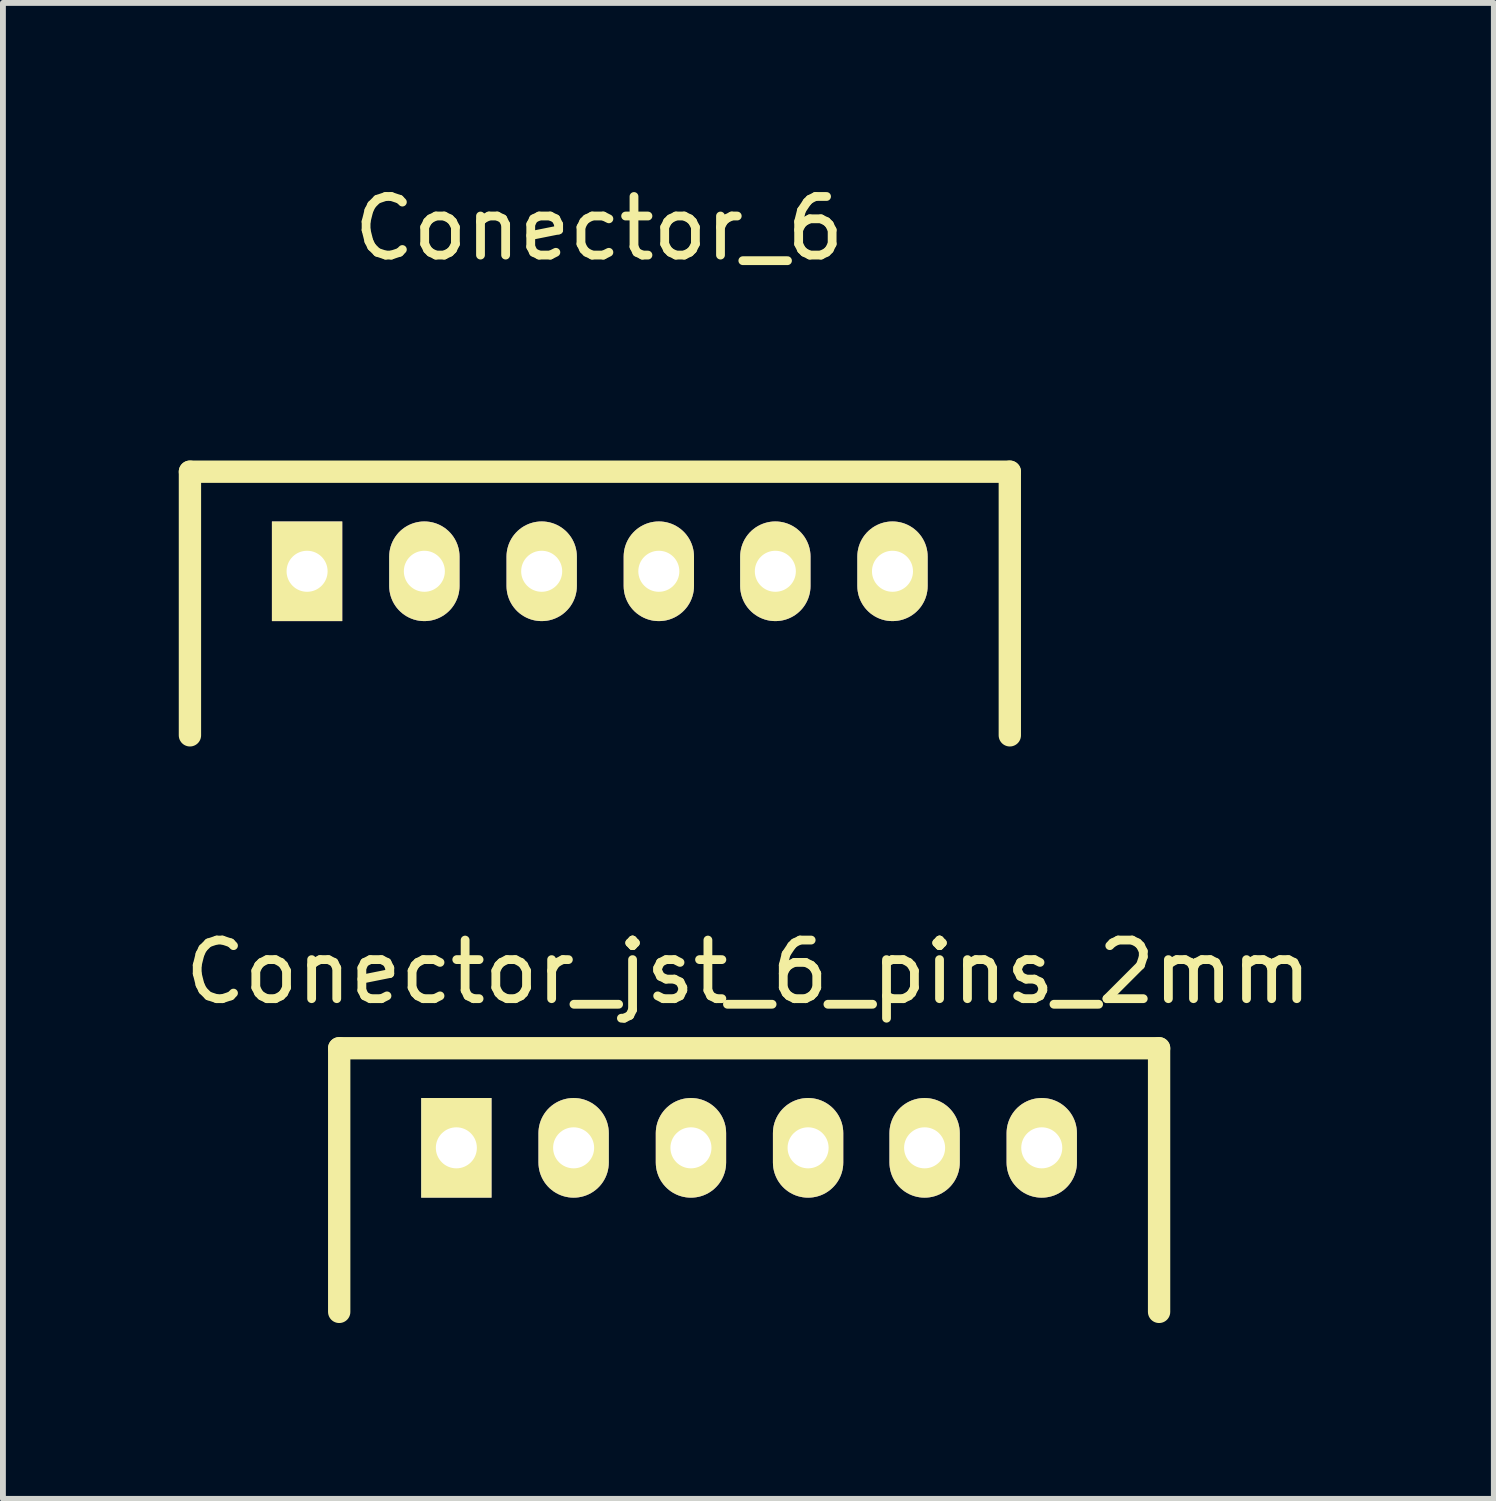
<source format=kicad_pcb>
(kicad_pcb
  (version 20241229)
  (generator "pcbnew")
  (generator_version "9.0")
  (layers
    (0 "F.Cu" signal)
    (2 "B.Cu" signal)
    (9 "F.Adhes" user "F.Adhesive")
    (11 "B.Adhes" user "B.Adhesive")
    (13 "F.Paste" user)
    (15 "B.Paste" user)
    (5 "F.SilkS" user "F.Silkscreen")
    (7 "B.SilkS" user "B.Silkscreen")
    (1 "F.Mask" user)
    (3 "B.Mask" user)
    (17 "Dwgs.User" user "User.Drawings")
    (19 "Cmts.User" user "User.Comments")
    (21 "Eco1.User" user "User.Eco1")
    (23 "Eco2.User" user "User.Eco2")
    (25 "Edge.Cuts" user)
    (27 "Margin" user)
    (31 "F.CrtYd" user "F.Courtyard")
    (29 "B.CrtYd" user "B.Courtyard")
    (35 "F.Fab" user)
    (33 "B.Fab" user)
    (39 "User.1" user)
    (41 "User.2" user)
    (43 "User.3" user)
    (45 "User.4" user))
  (footprint "Conector_6"
    (layer "F.Cu")
    (at 7.173 6.698)
    (property "Reference" "Conector_6" (at 0 -5.85 0) (layer "F.SilkS") (effects (font (size 1 1) (thickness 0.15))))
    (attr through_hole)
    (fp_line (start -6.982 -1.699) (end -6.982 2.799) (stroke (width 0.381) (type solid)) (layer "F.SilkS"))
    (fp_line (start -6.982 -1.699) (end 7.008 -1.699) (stroke (width 0.381) (type solid)) (layer "F.SilkS"))
    (fp_line (start 7.008 -1.699) (end 7.008 2.799) (stroke (width 0.381) (type solid)) (layer "F.SilkS"))
    (pad "1" thru_hole rect (at -4.983 0) (size 1.2 1.7) (drill 0.7) (layers "*.Cu" "*.Mask" "F.SilkS"))
    (pad "2" thru_hole oval (at -2.982 0) (size 1.2 1.7) (drill 0.7) (layers "*.Cu" "*.Mask" "F.SilkS"))
    (pad "3" thru_hole oval (at -0.98 0) (size 1.2 1.7) (drill 0.7) (layers "*.Cu" "*.Mask" "F.SilkS"))
    (pad "4" thru_hole oval (at 1.019 0) (size 1.2 1.7) (drill 0.7) (layers "*.Cu" "*.Mask" "F.SilkS"))
    (pad "5" thru_hole oval (at 3.007 0) (size 1.2 1.7) (drill 0.7) (layers "*.Cu" "*.Mask" "F.SilkS"))
    (pad "6" thru_hole oval (at 5.006 0) (size 1.2 1.7) (drill 0.7) (layers "*.Cu" "*.Mask" "F.SilkS")))
  (footprint "Conector_jst_6_pins_2mm"
    (layer "F.Cu")
    (at 9.72 16.536)
    (property "Reference" "Conector_jst_6_pins_2mm" (at 0 -3 0) (layer "F.SilkS") (effects (font (size 1 1) (thickness 0.15))))
    (attr through_hole)
    (fp_line (start -6.982 -1.699) (end -6.982 2.799) (stroke (width 0.381) (type solid)) (layer "F.SilkS"))
    (fp_line (start -6.982 -1.699) (end 7.008 -1.699) (stroke (width 0.381) (type solid)) (layer "F.SilkS"))
    (fp_line (start 7.008 -1.699) (end 7.008 2.799) (stroke (width 0.381) (type solid)) (layer "F.SilkS"))
    (pad "1" thru_hole rect (at -4.983 0) (size 1.2 1.7) (drill 0.7) (layers "*.Cu" "*.Mask" "F.SilkS"))
    (pad "2" thru_hole oval (at -2.982 0) (size 1.2 1.7) (drill 0.7) (layers "*.Cu" "*.Mask" "F.SilkS"))
    (pad "3" thru_hole oval (at -0.98 0) (size 1.2 1.7) (drill 0.7) (layers "*.Cu" "*.Mask" "F.SilkS"))
    (pad "4" thru_hole oval (at 1.019 0) (size 1.2 1.7) (drill 0.7) (layers "*.Cu" "*.Mask" "F.SilkS"))
    (pad "5" thru_hole oval (at 3.007 0) (size 1.2 1.7) (drill 0.7) (layers "*.Cu" "*.Mask" "F.SilkS"))
    (pad "6" thru_hole oval (at 5.006 0) (size 1.2 1.7) (drill 0.7) (layers "*.Cu" "*.Mask" "F.SilkS")))
  (gr_rect
    (start -3 -3)
    (end 22.44 22.526)
    (stroke (width 0.1) (type default))
    (fill no)
    (layer "Edge.Cuts")))
</source>
